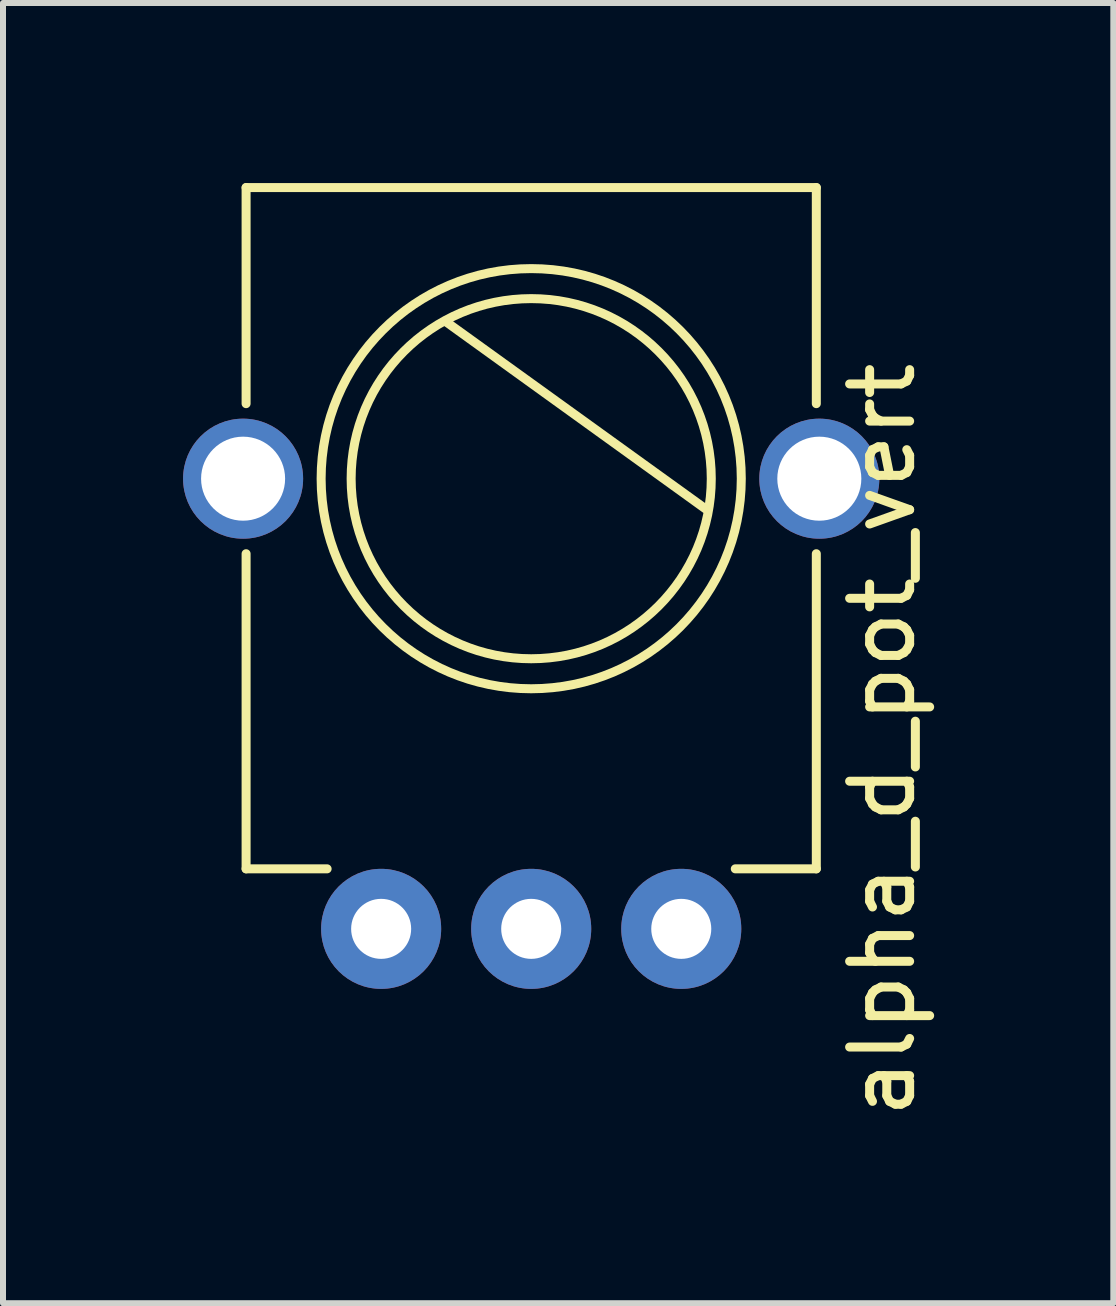
<source format=kicad_pcb>
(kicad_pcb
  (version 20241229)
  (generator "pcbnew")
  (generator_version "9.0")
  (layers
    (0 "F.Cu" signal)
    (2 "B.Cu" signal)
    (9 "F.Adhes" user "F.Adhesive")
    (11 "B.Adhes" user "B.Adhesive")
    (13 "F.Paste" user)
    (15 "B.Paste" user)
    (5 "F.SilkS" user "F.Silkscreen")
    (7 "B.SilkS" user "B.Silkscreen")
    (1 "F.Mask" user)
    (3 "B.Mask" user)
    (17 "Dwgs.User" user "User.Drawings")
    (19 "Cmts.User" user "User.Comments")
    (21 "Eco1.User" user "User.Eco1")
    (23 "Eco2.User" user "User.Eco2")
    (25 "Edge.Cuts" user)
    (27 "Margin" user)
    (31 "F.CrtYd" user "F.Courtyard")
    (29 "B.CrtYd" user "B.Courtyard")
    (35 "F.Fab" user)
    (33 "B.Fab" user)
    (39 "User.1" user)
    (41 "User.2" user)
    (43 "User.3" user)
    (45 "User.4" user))
  (footprint "alpha_d_pot_vert"
    (layer "F.Cu")
    (at 5.8 12.425)
    (property "Reference" "alpha_d_pot_vert" (at 5.85 -3.15 90) (layer "F.SilkS") (effects (font (size 1 1) (thickness 0.15))))
    (attr through_hole)
    (fp_line (start -4.75 -12.35) (end -4.75 -8.75) (stroke (width 0.15) (type solid)) (layer "F.SilkS"))
    (fp_line (start -4.75 -12.35) (end 4.75 -12.35) (stroke (width 0.15) (type solid)) (layer "F.SilkS"))
    (fp_line (start -4.75 -1) (end -4.75 -6.25) (stroke (width 0.15) (type solid)) (layer "F.SilkS"))
    (fp_line (start -4.75 -1) (end -3.4 -1) (stroke (width 0.15) (type solid)) (layer "F.SilkS"))
    (fp_line (start -1.4 -10.1) (end 2.9 -7) (stroke (width 0.15) (type solid)) (layer "F.SilkS"))
    (fp_line (start 4.75 -12.35) (end 4.75 -8.75) (stroke (width 0.15) (type solid)) (layer "F.SilkS"))
    (fp_line (start 4.75 -1) (end 3.4 -1) (stroke (width 0.15) (type solid)) (layer "F.SilkS"))
    (fp_line (start 4.75 -1) (end 4.75 -6.25) (stroke (width 0.15) (type solid)) (layer "F.SilkS"))
    (fp_circle (center 0 -7.5) (end 3 -7.5) (stroke (width 0.15) (type solid)) (fill no) (layer "F.SilkS"))
    (fp_circle (center 0 -7.5) (end 3.5 -7.5) (stroke (width 0.15) (type solid)) (fill no) (layer "F.SilkS"))
    (pad "1" thru_hole circle (at -2.5 0) (size 2 2) (drill 1) (layers "*.Cu" "*.Mask"))
    (pad "2" thru_hole circle (at 0 0) (size 2 2) (drill 1) (layers "*.Cu" "*.Mask"))
    (pad "3" thru_hole circle (at 2.5 0) (size 2 2) (drill 1) (layers "*.Cu" "*.Mask"))
    (pad "~" thru_hole circle (at -4.8 -7.5) (size 2 2) (drill 1.4) (layers "*.Cu" "*.Mask"))
    (pad "~" thru_hole circle (at 4.8 -7.5) (size 2 2) (drill 1.4) (layers "*.Cu" "*.Mask")))
  (gr_rect
    (start -3 -3)
    (end 15.498 18.662)
    (stroke (width 0.1) (type default))
    (fill no)
    (layer "Edge.Cuts")))
</source>
